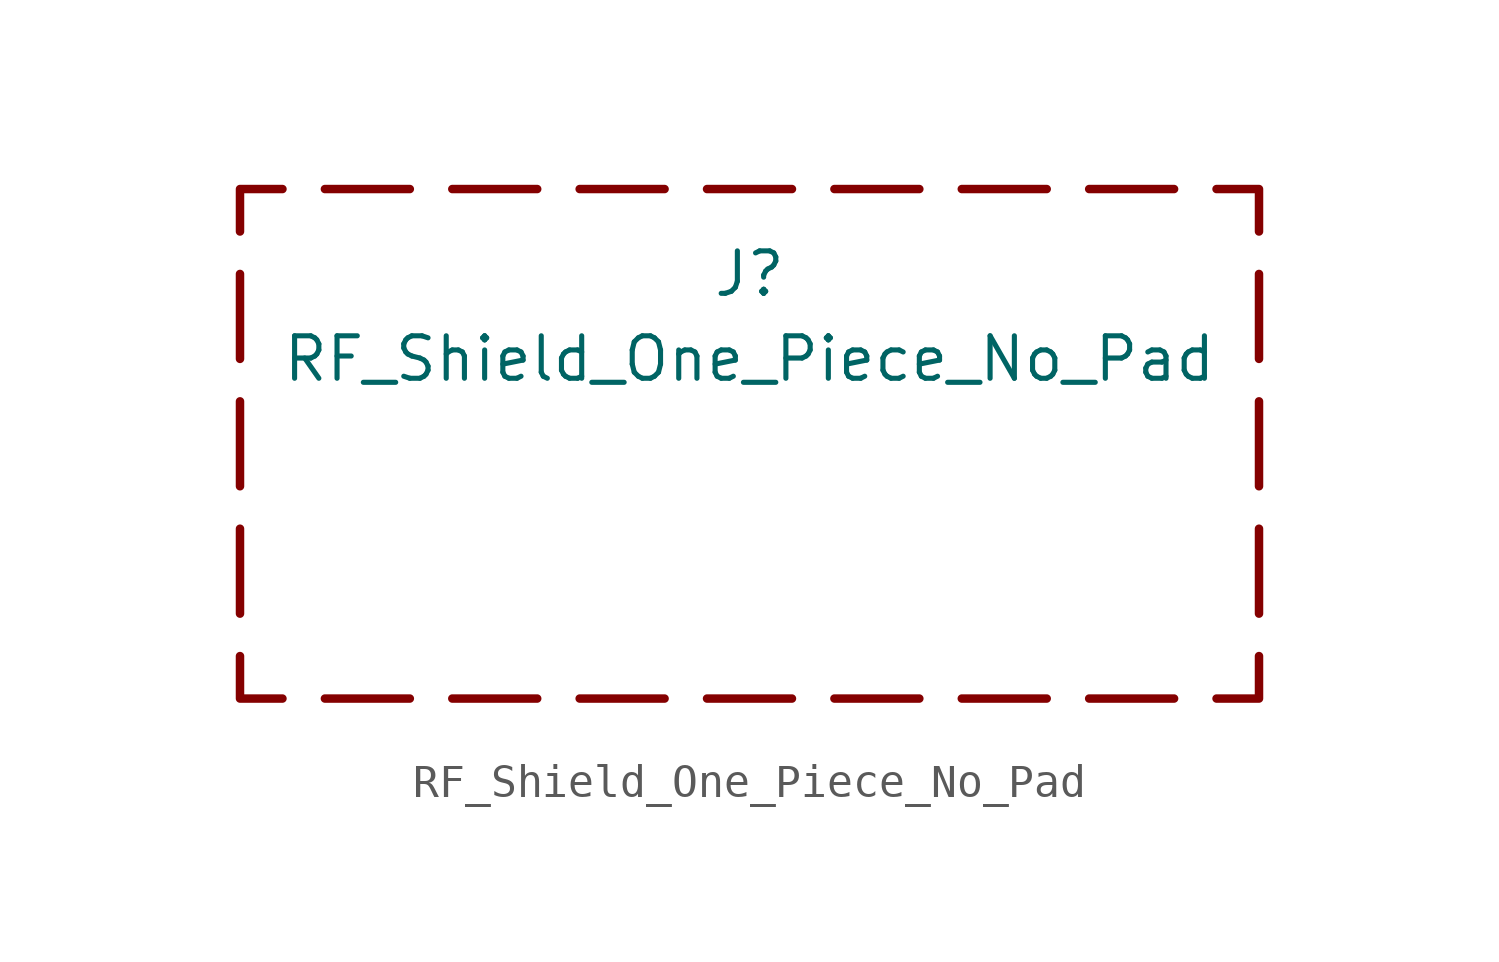
<source format=kicad_sym>
(kicad_symbol_lib
  (version 20211014)
  (generator kicad_symbol_editor)
  (symbol "RF_Shield_One_Piece_No_Pad"
    (pin_names
      (offset 1.016))
    (property "Reference" "J"
      (at 0 5.08 0)
      (effects (font (size 1.27 1.27))))
    (property "Value" "RF_Shield_One_Piece_No_Pad"
      (at 0 2.54 0)
      (effects (font (size 1.27 1.27))))
    (symbol "RF_Shield_One_Piece_No_Pad_0_1"
      (polyline (pts (xy -15.24 -5.08) (xy -15.24 -2.54)) (stroke (width 0.254) (type default) (color 0 0 0 0)) (fill (type none)))
      (polyline (pts (xy -15.24 -1.27) (xy -15.24 1.27)) (stroke (width 0.254) (type default) (color 0 0 0 0)) (fill (type none)))
      (polyline (pts (xy -15.24 2.54) (xy -15.24 5.08)) (stroke (width 0.254) (type default) (color 0 0 0 0)) (fill (type none)))
      (polyline (pts (xy -12.7 7.62) (xy -10.16 7.62)) (stroke (width 0.254) (type default) (color 0 0 0 0)) (fill (type none)))
      (polyline (pts (xy -10.16 -7.62) (xy -12.7 -7.62)) (stroke (width 0.254) (type default) (color 0 0 0 0)) (fill (type none)))
      (polyline (pts (xy -6.35 -7.62) (xy -8.89 -7.62)) (stroke (width 0.254) (type default) (color 0 0 0 0)) (fill (type none)))
      (polyline (pts (xy -6.35 7.62) (xy -8.89 7.62)) (stroke (width 0.254) (type default) (color 0 0 0 0)) (fill (type none)))
      (polyline (pts (xy -2.54 -7.62) (xy -5.08 -7.62)) (stroke (width 0.254) (type default) (color 0 0 0 0)) (fill (type none)))
      (polyline (pts (xy -2.54 7.62) (xy -5.08 7.62)) (stroke (width 0.254) (type default) (color 0 0 0 0)) (fill (type none)))
      (polyline (pts (xy -1.27 -7.62) (xy 1.27 -7.62)) (stroke (width 0.254) (type default) (color 0 0 0 0)) (fill (type none)))
      (polyline (pts (xy 1.27 7.62) (xy -1.27 7.62)) (stroke (width 0.254) (type default) (color 0 0 0 0)) (fill (type none)))
      (polyline (pts (xy 2.54 -7.62) (xy 5.08 -7.62)) (stroke (width 0.254) (type default) (color 0 0 0 0)) (fill (type none)))
      (polyline (pts (xy 5.08 7.62) (xy 2.54 7.62)) (stroke (width 0.254) (type default) (color 0 0 0 0)) (fill (type none)))
      (polyline (pts (xy 6.35 -7.62) (xy 8.89 -7.62)) (stroke (width 0.254) (type default) (color 0 0 0 0)) (fill (type none)))
      (polyline (pts (xy 8.89 7.62) (xy 6.35 7.62)) (stroke (width 0.254) (type default) (color 0 0 0 0)) (fill (type none)))
      (polyline (pts (xy 10.16 -7.62) (xy 12.7 -7.62)) (stroke (width 0.254) (type default) (color 0 0 0 0)) (fill (type none)))
      (polyline (pts (xy 12.7 7.62) (xy 10.16 7.62)) (stroke (width 0.254) (type default) (color 0 0 0 0)) (fill (type none)))
      (polyline (pts (xy 15.24 -5.08) (xy 15.24 -2.54)) (stroke (width 0.254) (type default) (color 0 0 0 0)) (fill (type none)))
      (polyline (pts (xy 15.24 -1.27) (xy 15.24 1.27)) (stroke (width 0.254) (type default) (color 0 0 0 0)) (fill (type none)))
      (polyline (pts (xy 15.24 2.54) (xy 15.24 5.08)) (stroke (width 0.254) (type default) (color 0 0 0 0)) (fill (type none)))
      (polyline (pts (xy -15.24 6.35) (xy -15.24 7.62) (xy -13.97 7.62)) (stroke (width 0.254) (type default) (color 0 0 0 0)) (fill (type none)))
      (polyline (pts (xy -13.97 -7.62) (xy -15.24 -7.62) (xy -15.24 -6.35)) (stroke (width 0.254) (type default) (color 0 0 0 0)) (fill (type none)))
      (polyline (pts (xy 13.97 -7.62) (xy 15.24 -7.62) (xy 15.24 -6.35)) (stroke (width 0.254) (type default) (color 0 0 0 0)) (fill (type none)))
      (polyline (pts (xy 15.24 6.35) (xy 15.24 7.62) (xy 13.97 7.62)) (stroke (width 0.254) (type default) (color 0 0 0 0)) (fill (type none))))))
</source>
